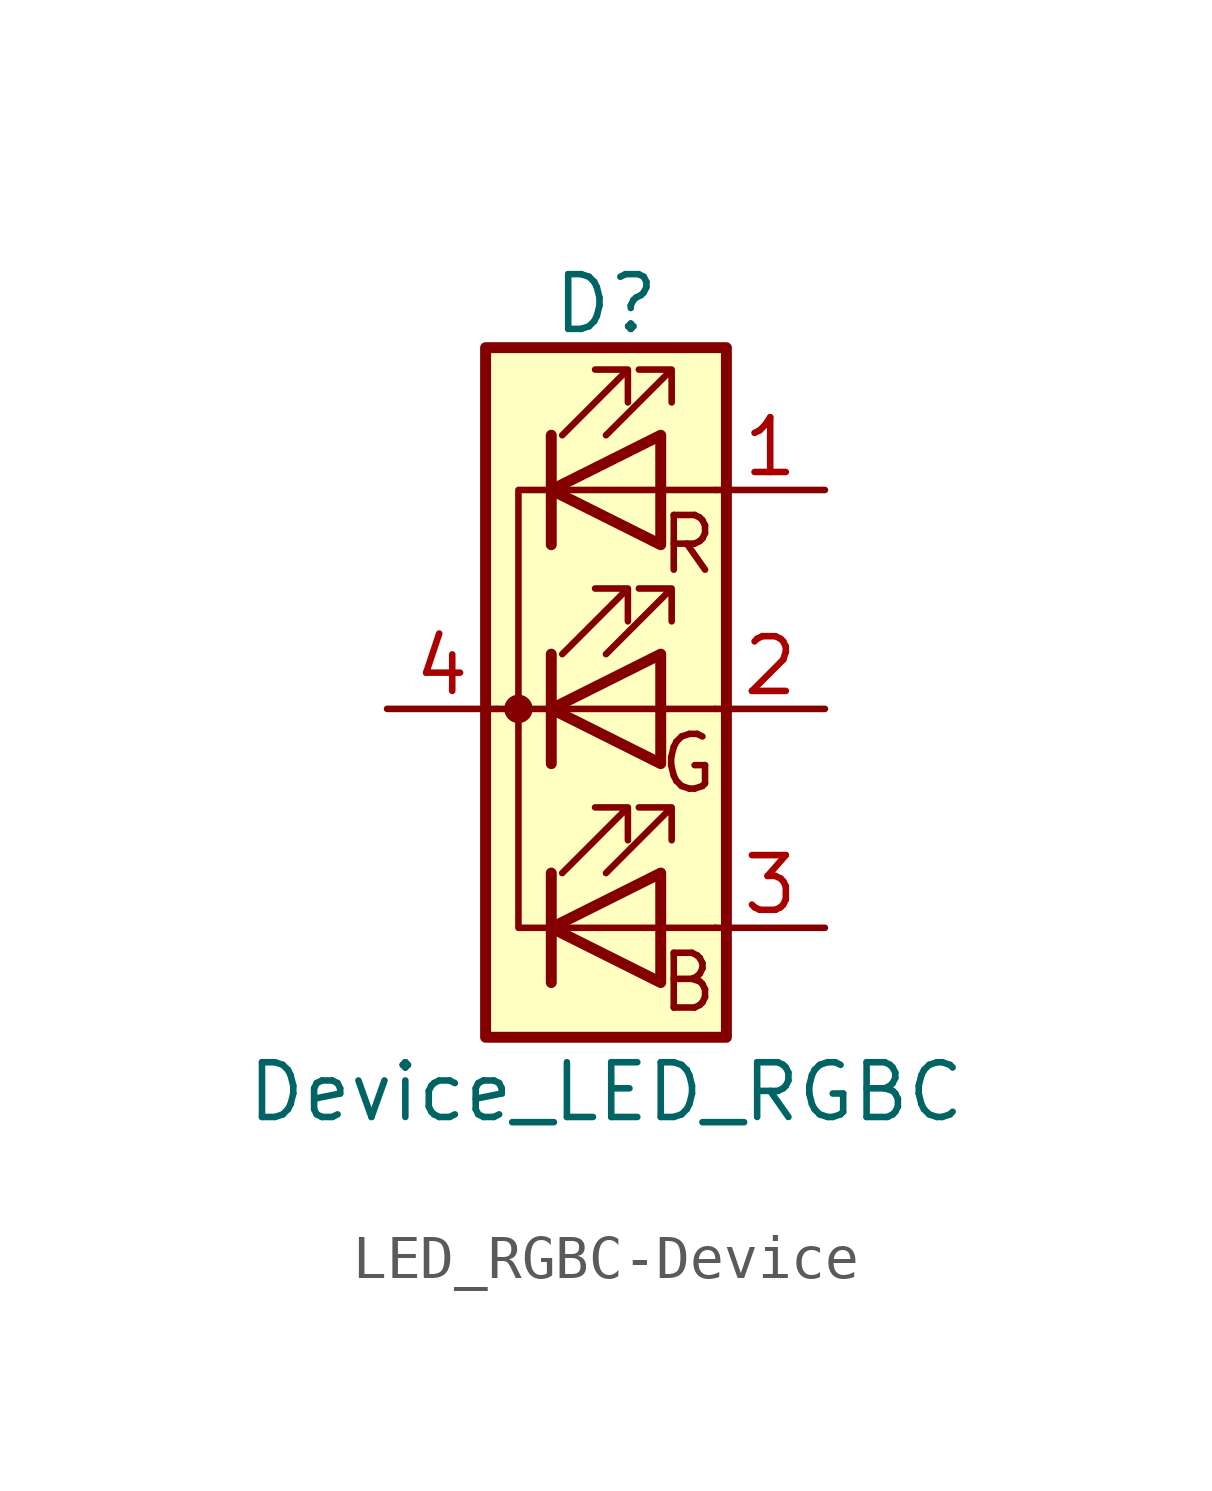
<source format=kicad_sym>
(kicad_symbol_lib
  (version 20220914)
  (generator kicad_symbol_editor)
  (symbol "LED_RGBC-Device"
    (pin_names
      (offset 0) hide)
    (property "Reference" "D"
      (at 0 9.398 0)
      (effects (font (size 1.27 1.27))))
    (property "Value" "Device_LED_RGBC"
      (at 0 -8.89 0)
      (effects (font (size 1.27 1.27))))
    (symbol "LED_RGBC-Device_0_0"
      (text "B" (at 1.905 -6.35 0) (effects (font (size 1.27 1.27))))
      (text "G" (at 1.905 -1.27 0) (effects (font (size 1.27 1.27))))
      (text "R" (at 1.905 3.81 0) (effects (font (size 1.27 1.27)))))
    (symbol "LED_RGBC-Device_0_1"
      (circle (center -2.032 0) (radius 0.254) (stroke (width 0) (type solid)) (fill (type outline)))
      (polyline (pts (xy -1.27 -5.08) (xy 1.27 -5.08)) (stroke (width 0) (type solid)) (fill (type none)))
      (polyline (pts (xy -1.27 -3.81) (xy -1.27 -6.35)) (stroke (width 0.254) (type solid)) (fill (type none)))
      (polyline (pts (xy -1.27 0) (xy -2.54 0)) (stroke (width 0) (type solid)) (fill (type none)))
      (polyline (pts (xy -1.27 1.27) (xy -1.27 -1.27)) (stroke (width 0.254) (type solid)) (fill (type none)))
      (polyline (pts (xy -1.27 5.08) (xy 1.27 5.08)) (stroke (width 0) (type solid)) (fill (type none)))
      (polyline (pts (xy -1.27 6.35) (xy -1.27 3.81)) (stroke (width 0.254) (type solid)) (fill (type none)))
      (polyline (pts (xy 1.27 -5.08) (xy 2.54 -5.08)) (stroke (width 0) (type solid)) (fill (type none)))
      (polyline (pts (xy 1.27 0) (xy -1.27 0)) (stroke (width 0) (type solid)) (fill (type none)))
      (polyline (pts (xy 1.27 0) (xy 2.54 0)) (stroke (width 0) (type solid)) (fill (type none)))
      (polyline (pts (xy 1.27 5.08) (xy 2.54 5.08)) (stroke (width 0) (type solid)) (fill (type none)))
      (polyline (pts (xy -1.27 1.27) (xy -1.27 -1.27) (xy -1.27 -1.27)) (stroke (width 0) (type solid)) (fill (type none)))
      (polyline (pts (xy -1.27 6.35) (xy -1.27 3.81) (xy -1.27 3.81)) (stroke (width 0) (type solid)) (fill (type none)))
      (polyline (pts (xy -1.27 5.08) (xy -2.032 5.08) (xy -2.032 -5.08) (xy -1.016 -5.08)) (stroke (width 0) (type solid)) (fill (type none)))
      (polyline (pts (xy 1.27 -3.81) (xy 1.27 -6.35) (xy -1.27 -5.08) (xy 1.27 -3.81)) (stroke (width 0.254) (type solid)) (fill (type none)))
      (polyline (pts (xy 1.27 1.27) (xy 1.27 -1.27) (xy -1.27 0) (xy 1.27 1.27)) (stroke (width 0.254) (type solid)) (fill (type none)))
      (polyline (pts (xy 1.27 6.35) (xy 1.27 3.81) (xy -1.27 5.08) (xy 1.27 6.35)) (stroke (width 0.254) (type solid)) (fill (type none)))
      (polyline (pts (xy -1.016 -3.81) (xy 0.508 -2.286) (xy -0.254 -2.286) (xy 0.508 -2.286) (xy 0.508 -3.048)) (stroke (width 0) (type solid)) (fill (type none)))
      (polyline (pts (xy -1.016 1.27) (xy 0.508 2.794) (xy -0.254 2.794) (xy 0.508 2.794) (xy 0.508 2.032)) (stroke (width 0) (type solid)) (fill (type none)))
      (polyline (pts (xy -1.016 6.35) (xy 0.508 7.874) (xy -0.254 7.874) (xy 0.508 7.874) (xy 0.508 7.112)) (stroke (width 0) (type solid)) (fill (type none)))
      (polyline (pts (xy 0 -3.81) (xy 1.524 -2.286) (xy 0.762 -2.286) (xy 1.524 -2.286) (xy 1.524 -3.048)) (stroke (width 0) (type solid)) (fill (type none)))
      (polyline (pts (xy 0 1.27) (xy 1.524 2.794) (xy 0.762 2.794) (xy 1.524 2.794) (xy 1.524 2.032)) (stroke (width 0) (type solid)) (fill (type none)))
      (polyline (pts (xy 0 6.35) (xy 1.524 7.874) (xy 0.762 7.874) (xy 1.524 7.874) (xy 1.524 7.112)) (stroke (width 0) (type solid)) (fill (type none)))
      (rectangle (start 1.27 -1.27) (end 1.27 1.27) (stroke (width 0) (type solid)) (fill (type none)))
      (rectangle (start 1.27 1.27) (end 1.27 1.27) (stroke (width 0) (type solid)) (fill (type none)))
      (rectangle (start 1.27 3.81) (end 1.27 6.35) (stroke (width 0) (type solid)) (fill (type none)))
      (rectangle (start 1.27 6.35) (end 1.27 6.35) (stroke (width 0) (type solid)) (fill (type none)))
      (rectangle (start 2.794 8.382) (end -2.794 -7.62) (stroke (width 0.254) (type solid)) (fill (type background))))
    (symbol "LED_RGBC-Device_1_1"
      (pin passive line (at 5.08 5.08 180) (length 2.54) (name "RA" (effects (font (size 1.27 1.27)))) (number "1" (effects (font (size 1.27 1.27)))))
      (pin passive line (at 5.08 0 180) (length 2.54) (name "GA" (effects (font (size 1.27 1.27)))) (number "2" (effects (font (size 1.27 1.27)))))
      (pin passive line (at 5.08 -5.08 180) (length 2.54) (name "BA" (effects (font (size 1.27 1.27)))) (number "3" (effects (font (size 1.27 1.27)))))
      (pin passive line (at -5.08 0 0) (length 2.54) (name "K" (effects (font (size 1.27 1.27)))) (number "4" (effects (font (size 1.27 1.27))))))))
</source>
